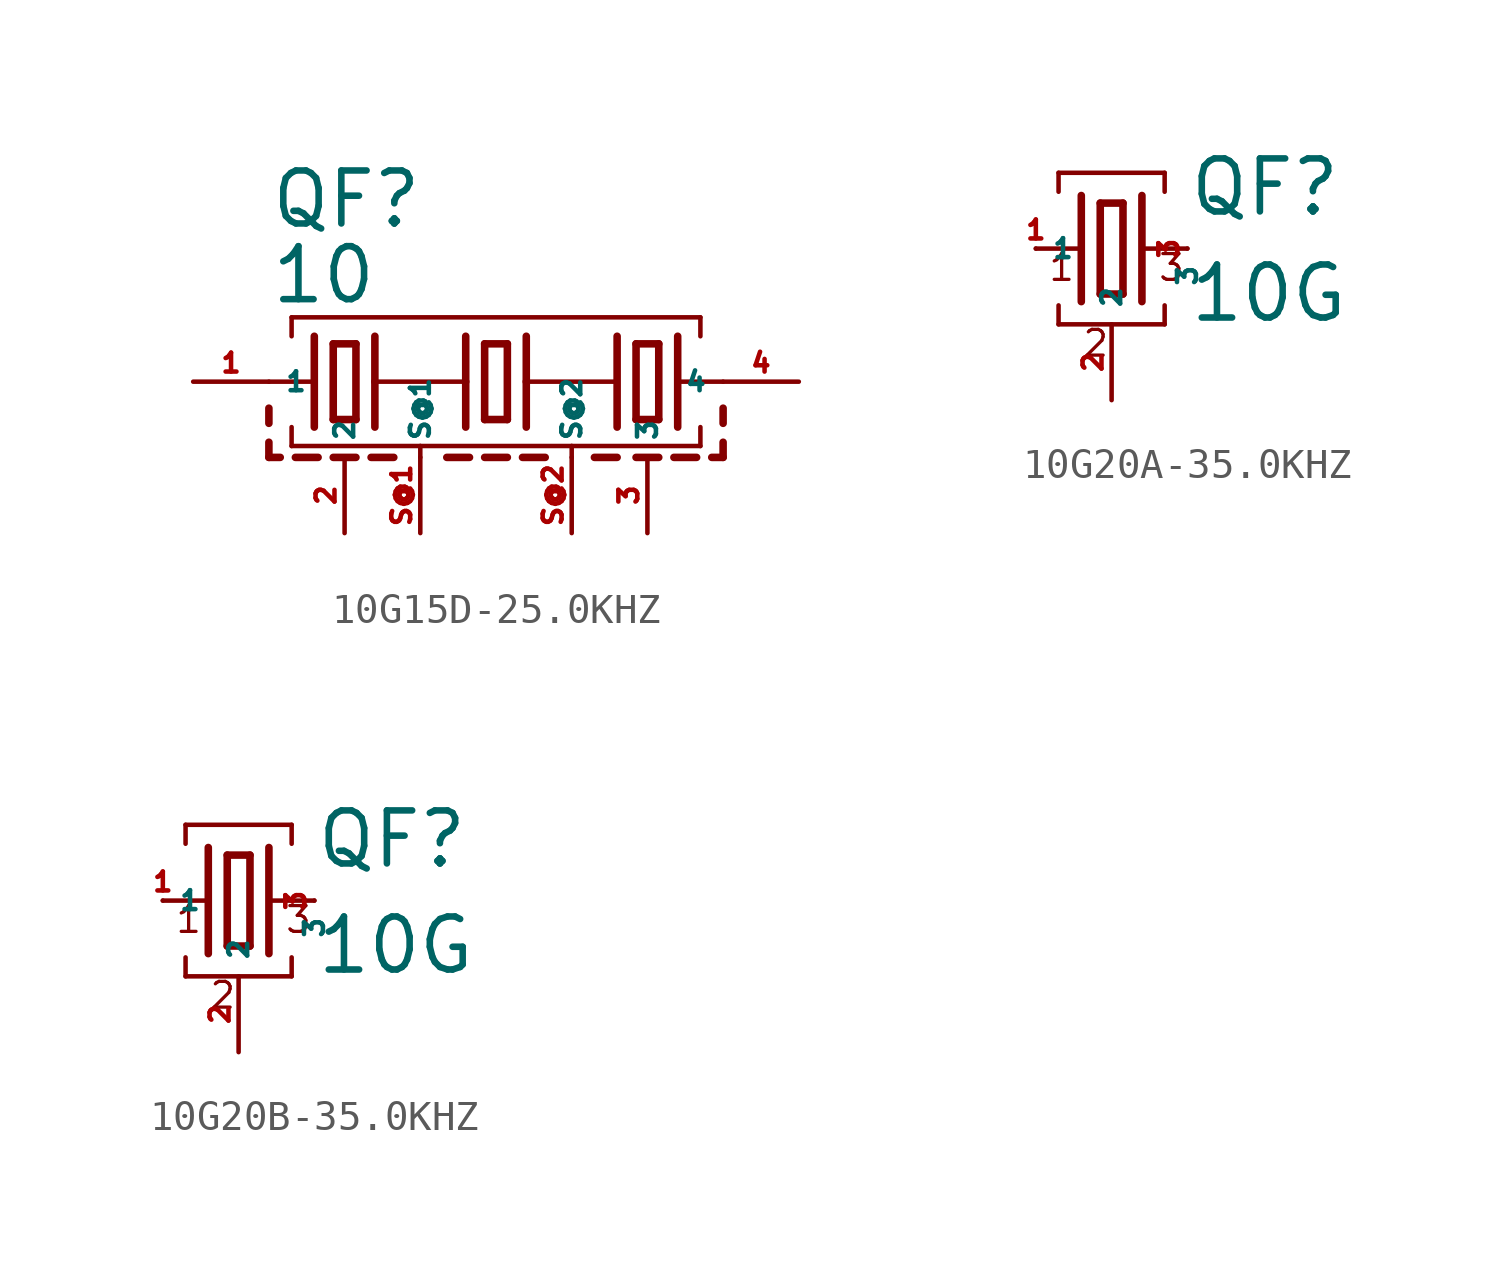
<source format=kicad_sym>
(kicad_symbol_lib
  (version 20220914)
  (generator Eagle2Kicad)
  (symbol "10G15D-25.0KHZ"
    (property "Reference" "QF"
      (at -7.62 5.08 0)
      (effects (font (size 1.778 1.778) (thickness 0.22)) (justify left bottom)))
    (property "Value" "10"
      (at -7.62 2.54 0)
      (effects (font (size 1.778 1.778) (thickness 0.22)) (justify left bottom)))
    (polyline
      (pts (xy 6.096 0) (xy 7.62 0))
      (stroke (width 0.152) (type default))
      (fill (type none)))
    (polyline
      (pts (xy -7.62 0) (xy -6.096 0))
      (stroke (width 0.152) (type default))
      (fill (type none)))
    (polyline
      (pts (xy -0.381 1.27) (xy -0.381 -1.27))
      (stroke (width 0.254) (type default))
      (fill (type none)))
    (polyline
      (pts (xy -0.381 -1.27) (xy 0.381 -1.27))
      (stroke (width 0.254) (type default))
      (fill (type none)))
    (polyline
      (pts (xy 0.381 -1.27) (xy 0.381 1.27))
      (stroke (width 0.254) (type default))
      (fill (type none)))
    (polyline
      (pts (xy 0.381 1.27) (xy -0.381 1.27))
      (stroke (width 0.254) (type default))
      (fill (type none)))
    (polyline
      (pts (xy 6.096 1.524) (xy 6.096 -1.524))
      (stroke (width 0.254) (type default))
      (fill (type none)))
    (polyline
      (pts (xy -6.096 1.524) (xy -6.096 -1.524))
      (stroke (width 0.254) (type default))
      (fill (type none)))
    (polyline
      (pts (xy -6.858 1.524) (xy -6.858 2.159))
      (stroke (width 0.152) (type default))
      (fill (type none)))
    (polyline
      (pts (xy -6.858 2.159) (xy 6.858 2.159))
      (stroke (width 0.152) (type default))
      (fill (type none)))
    (polyline
      (pts (xy 6.858 2.159) (xy 6.858 1.524))
      (stroke (width 0.152) (type default))
      (fill (type none)))
    (polyline
      (pts (xy 6.858 -1.524) (xy 6.858 -2.159))
      (stroke (width 0.152) (type default))
      (fill (type none)))
    (polyline
      (pts (xy -6.858 -2.159) (xy -2.54 -2.159))
      (stroke (width 0.152) (type default))
      (fill (type none)))
    (polyline
      (pts (xy -2.54 -2.159) (xy 2.54 -2.159))
      (stroke (width 0.152) (type default))
      (fill (type none)))
    (polyline
      (pts (xy 2.54 -2.159) (xy 6.858 -2.159))
      (stroke (width 0.152) (type default))
      (fill (type none)))
    (polyline
      (pts (xy -6.858 -2.159) (xy -6.858 -1.524))
      (stroke (width 0.152) (type default))
      (fill (type none)))
    (polyline
      (pts (xy -1.016 1.524) (xy -1.016 0))
      (stroke (width 0.254) (type default))
      (fill (type none)))
    (polyline
      (pts (xy -1.016 0) (xy -1.016 -1.524))
      (stroke (width 0.254) (type default))
      (fill (type none)))
    (polyline
      (pts (xy 1.016 1.524) (xy 1.016 0))
      (stroke (width 0.254) (type default))
      (fill (type none)))
    (polyline
      (pts (xy 1.016 0) (xy 1.016 -1.524))
      (stroke (width 0.254) (type default))
      (fill (type none)))
    (polyline
      (pts (xy -4.699 1.27) (xy -5.461 1.27))
      (stroke (width 0.254) (type default))
      (fill (type none)))
    (polyline
      (pts (xy -5.461 -1.27) (xy -4.699 -1.27))
      (stroke (width 0.254) (type default))
      (fill (type none)))
    (polyline
      (pts (xy -5.461 1.27) (xy -5.461 -1.27))
      (stroke (width 0.254) (type default))
      (fill (type none)))
    (polyline
      (pts (xy -4.699 -1.27) (xy -4.699 1.27))
      (stroke (width 0.254) (type default))
      (fill (type none)))
    (polyline
      (pts (xy 5.461 -1.27) (xy 5.461 1.27))
      (stroke (width 0.254) (type default))
      (fill (type none)))
    (polyline
      (pts (xy 4.699 1.27) (xy 4.699 -1.27))
      (stroke (width 0.254) (type default))
      (fill (type none)))
    (polyline
      (pts (xy 5.461 1.27) (xy 4.699 1.27))
      (stroke (width 0.254) (type default))
      (fill (type none)))
    (polyline
      (pts (xy 4.699 -1.27) (xy 5.461 -1.27))
      (stroke (width 0.254) (type default))
      (fill (type none)))
    (polyline
      (pts (xy 4.064 1.524) (xy 4.064 -1.524))
      (stroke (width 0.254) (type default))
      (fill (type none)))
    (polyline
      (pts (xy -4.064 1.524) (xy -4.064 0))
      (stroke (width 0.254) (type default))
      (fill (type none)))
    (polyline
      (pts (xy -4.064 0) (xy -4.064 -1.524))
      (stroke (width 0.254) (type default))
      (fill (type none)))
    (polyline
      (pts (xy -4.064 0) (xy -1.016 0))
      (stroke (width 0.152) (type default))
      (fill (type none)))
    (polyline
      (pts (xy 1.016 0) (xy 4.064 0))
      (stroke (width 0.152) (type default))
      (fill (type none)))
    (polyline
      (pts (xy -7.62 -2.032) (xy -7.62 -2.54))
      (stroke (width 0.254) (type default))
      (fill (type none)))
    (polyline
      (pts (xy -7.62 -2.54) (xy -7.239 -2.54))
      (stroke (width 0.254) (type default))
      (fill (type none)))
    (polyline
      (pts (xy -5.461 -2.54) (xy -4.699 -2.54))
      (stroke (width 0.254) (type default))
      (fill (type none)))
    (polyline
      (pts (xy -6.731 -2.54) (xy -5.969 -2.54))
      (stroke (width 0.254) (type default))
      (fill (type none)))
    (polyline
      (pts (xy 4.699 -2.54) (xy 5.461 -2.54))
      (stroke (width 0.254) (type default))
      (fill (type none)))
    (polyline
      (pts (xy -4.191 -2.54) (xy -3.429 -2.54))
      (stroke (width 0.254) (type default))
      (fill (type none)))
    (polyline
      (pts (xy -1.651 -2.54) (xy -0.889 -2.54))
      (stroke (width 0.254) (type default))
      (fill (type none)))
    (polyline
      (pts (xy -0.381 -2.54) (xy 0.381 -2.54))
      (stroke (width 0.254) (type default))
      (fill (type none)))
    (polyline
      (pts (xy 0.889 -2.54) (xy 1.651 -2.54))
      (stroke (width 0.254) (type default))
      (fill (type none)))
    (polyline
      (pts (xy 3.302 -2.54) (xy 4.064 -2.54))
      (stroke (width 0.254) (type default))
      (fill (type none)))
    (polyline
      (pts (xy -2.54 -2.54) (xy -2.54 -2.159))
      (stroke (width 0.152) (type default))
      (fill (type none)))
    (polyline
      (pts (xy 2.54 -2.54) (xy 2.54 -2.159))
      (stroke (width 0.152) (type default))
      (fill (type none)))
    (polyline
      (pts (xy 7.62 -2.54) (xy 7.239 -2.54))
      (stroke (width 0.254) (type default))
      (fill (type none)))
    (polyline
      (pts (xy 6.731 -2.54) (xy 5.969 -2.54))
      (stroke (width 0.254) (type default))
      (fill (type none)))
    (polyline
      (pts (xy 7.62 -2.032) (xy 7.62 -2.54))
      (stroke (width 0.254) (type default))
      (fill (type none)))
    (polyline
      (pts (xy -7.62 -0.889) (xy -7.62 -1.397))
      (stroke (width 0.254) (type default))
      (fill (type none)))
    (polyline
      (pts (xy 7.62 -0.889) (xy 7.62 -1.397))
      (stroke (width 0.254) (type default))
      (fill (type none)))
    (pin passive line
      (at 10.16 0 180)
      (length 2.54)
      (name "4" (effects (font (size 0.635 0.635) (thickness 0.08)) (justify left bottom)))
      (number "4" (effects (font (size 0.635 0.635) (thickness 0.08)) (justify left bottom))))
    (pin passive line
      (at -10.16 0 0)
      (length 2.54)
      (name "1" (effects (font (size 0.635 0.635) (thickness 0.08)) (justify left bottom)))
      (number "1" (effects (font (size 0.635 0.635) (thickness 0.08)) (justify left bottom))))
    (pin passive line
      (at -5.08 -5.08 90)
      (length 2.54)
      (name "2" (effects (font (size 0.635 0.635) (thickness 0.08)) (justify left bottom)))
      (number "2" (effects (font (size 0.635 0.635) (thickness 0.08)) (justify left bottom))))
    (pin passive line
      (at 5.08 -5.08 90)
      (length 2.54)
      (name "3" (effects (font (size 0.635 0.635) (thickness 0.08)) (justify left bottom)))
      (number "3" (effects (font (size 0.635 0.635) (thickness 0.08)) (justify left bottom))))
    (pin passive line
      (at -2.54 -5.08 90)
      (length 2.54)
      (name "S@1" (effects (font (size 0.635 0.635) (thickness 0.08)) (justify left bottom)))
      (number "S@1" (effects (font (size 0.635 0.635) (thickness 0.08)) (justify left bottom))))
    (pin passive line
      (at 2.54 -5.08 90)
      (length 2.54)
      (name "S@2" (effects (font (size 0.635 0.635) (thickness 0.08)) (justify left bottom)))
      (number "S@2" (effects (font (size 0.635 0.635) (thickness 0.08)) (justify left bottom)))))
  (symbol "10G20A-35.0KHZ"
    (property "Reference" "QF"
      (at 2.54 1.016 0)
      (effects (font (size 1.778 1.778) (thickness 0.22)) (justify left bottom)))
    (property "Value" "10G"
      (at 2.54 -2.54 0)
      (effects (font (size 1.778 1.778) (thickness 0.22)) (justify left bottom)))
    (polyline
      (pts (xy 1.016 0) (xy 2.54 0))
      (stroke (width 0.152) (type default))
      (fill (type none)))
    (polyline
      (pts (xy -2.54 0) (xy -1.016 0))
      (stroke (width 0.152) (type default))
      (fill (type none)))
    (polyline
      (pts (xy -0.381 1.524) (xy -0.381 -1.524))
      (stroke (width 0.254) (type default))
      (fill (type none)))
    (polyline
      (pts (xy -0.381 -1.524) (xy 0.381 -1.524))
      (stroke (width 0.254) (type default))
      (fill (type none)))
    (polyline
      (pts (xy 0.381 -1.524) (xy 0.381 1.524))
      (stroke (width 0.254) (type default))
      (fill (type none)))
    (polyline
      (pts (xy 0.381 1.524) (xy -0.381 1.524))
      (stroke (width 0.254) (type default))
      (fill (type none)))
    (polyline
      (pts (xy 1.016 1.778) (xy 1.016 -1.778))
      (stroke (width 0.254) (type default))
      (fill (type none)))
    (polyline
      (pts (xy -1.016 1.778) (xy -1.016 -1.778))
      (stroke (width 0.254) (type default))
      (fill (type none)))
    (polyline
      (pts (xy -1.778 1.905) (xy -1.778 2.54))
      (stroke (width 0.152) (type default))
      (fill (type none)))
    (polyline
      (pts (xy -1.778 2.54) (xy 1.778 2.54))
      (stroke (width 0.152) (type default))
      (fill (type none)))
    (polyline
      (pts (xy 1.778 2.54) (xy 1.778 1.905))
      (stroke (width 0.152) (type default))
      (fill (type none)))
    (polyline
      (pts (xy 1.778 -1.905) (xy 1.778 -2.54))
      (stroke (width 0.152) (type default))
      (fill (type none)))
    (polyline
      (pts (xy -1.778 -2.54) (xy 1.778 -2.54))
      (stroke (width 0.152) (type default))
      (fill (type none)))
    (polyline
      (pts (xy -1.778 -2.54) (xy -1.778 -1.905))
      (stroke (width 0.152) (type default))
      (fill (type none)))
    (text "1"
      (at -2.159 -1.143 0)
      (effects (font (size 0.864 0.864) (thickness 0.11)) (justify left bottom)))
    (text "2"
      (at -1.016 -3.683 0)
      (effects (font (size 0.864 0.864) (thickness 0.11)) (justify left bottom)))
    (text "3"
      (at 1.524 -1.143 0)
      (effects (font (size 0.864 0.864) (thickness 0.11)) (justify left bottom)))
    (pin passive line
      (at 2.54 0 270)
      (length 0)
      (name "3" (effects (font (size 0.635 0.635) (thickness 0.08)) (justify left bottom)))
      (number "3" (effects (font (size 0.635 0.635) (thickness 0.08)) (justify left bottom))))
    (pin passive line
      (at -2.54 0 0)
      (length 0)
      (name "1" (effects (font (size 0.635 0.635) (thickness 0.08)) (justify left bottom)))
      (number "1" (effects (font (size 0.635 0.635) (thickness 0.08)) (justify left bottom))))
    (pin passive line
      (at 0 -5.08 90)
      (length 2.54)
      (name "2" (effects (font (size 0.635 0.635) (thickness 0.08)) (justify left bottom)))
      (number "2" (effects (font (size 0.635 0.635) (thickness 0.08)) (justify left bottom)))))
  (symbol "10G20B-35.0KHZ"
    (property "Reference" "QF"
      (at 2.54 1.016 0)
      (effects (font (size 1.778 1.778) (thickness 0.22)) (justify left bottom)))
    (property "Value" "10G"
      (at 2.54 -2.54 0)
      (effects (font (size 1.778 1.778) (thickness 0.22)) (justify left bottom)))
    (polyline
      (pts (xy 1.016 0) (xy 2.54 0))
      (stroke (width 0.152) (type default))
      (fill (type none)))
    (polyline
      (pts (xy -2.54 0) (xy -1.016 0))
      (stroke (width 0.152) (type default))
      (fill (type none)))
    (polyline
      (pts (xy -0.381 1.524) (xy -0.381 -1.524))
      (stroke (width 0.254) (type default))
      (fill (type none)))
    (polyline
      (pts (xy -0.381 -1.524) (xy 0.381 -1.524))
      (stroke (width 0.254) (type default))
      (fill (type none)))
    (polyline
      (pts (xy 0.381 -1.524) (xy 0.381 1.524))
      (stroke (width 0.254) (type default))
      (fill (type none)))
    (polyline
      (pts (xy 0.381 1.524) (xy -0.381 1.524))
      (stroke (width 0.254) (type default))
      (fill (type none)))
    (polyline
      (pts (xy 1.016 1.778) (xy 1.016 -1.778))
      (stroke (width 0.254) (type default))
      (fill (type none)))
    (polyline
      (pts (xy -1.016 1.778) (xy -1.016 -1.778))
      (stroke (width 0.254) (type default))
      (fill (type none)))
    (polyline
      (pts (xy -1.778 1.905) (xy -1.778 2.54))
      (stroke (width 0.152) (type default))
      (fill (type none)))
    (polyline
      (pts (xy -1.778 2.54) (xy 1.778 2.54))
      (stroke (width 0.152) (type default))
      (fill (type none)))
    (polyline
      (pts (xy 1.778 2.54) (xy 1.778 1.905))
      (stroke (width 0.152) (type default))
      (fill (type none)))
    (polyline
      (pts (xy 1.778 -1.905) (xy 1.778 -2.54))
      (stroke (width 0.152) (type default))
      (fill (type none)))
    (polyline
      (pts (xy -1.778 -2.54) (xy 1.778 -2.54))
      (stroke (width 0.152) (type default))
      (fill (type none)))
    (polyline
      (pts (xy -1.778 -2.54) (xy -1.778 -1.905))
      (stroke (width 0.152) (type default))
      (fill (type none)))
    (text "1"
      (at -2.159 -1.143 0)
      (effects (font (size 0.864 0.864) (thickness 0.11)) (justify left bottom)))
    (text "2"
      (at -1.016 -3.683 0)
      (effects (font (size 0.864 0.864) (thickness 0.11)) (justify left bottom)))
    (text "3"
      (at 1.524 -1.143 0)
      (effects (font (size 0.864 0.864) (thickness 0.11)) (justify left bottom)))
    (pin passive line
      (at 2.54 0 270)
      (length 0)
      (name "3" (effects (font (size 0.635 0.635) (thickness 0.08)) (justify left bottom)))
      (number "3" (effects (font (size 0.635 0.635) (thickness 0.08)) (justify left bottom))))
    (pin passive line
      (at -2.54 0 0)
      (length 0)
      (name "1" (effects (font (size 0.635 0.635) (thickness 0.08)) (justify left bottom)))
      (number "1" (effects (font (size 0.635 0.635) (thickness 0.08)) (justify left bottom))))
    (pin passive line
      (at 0 -5.08 90)
      (length 2.54)
      (name "2" (effects (font (size 0.635 0.635) (thickness 0.08)) (justify left bottom)))
      (number "2" (effects (font (size 0.635 0.635) (thickness 0.08)) (justify left bottom))))))
</source>
